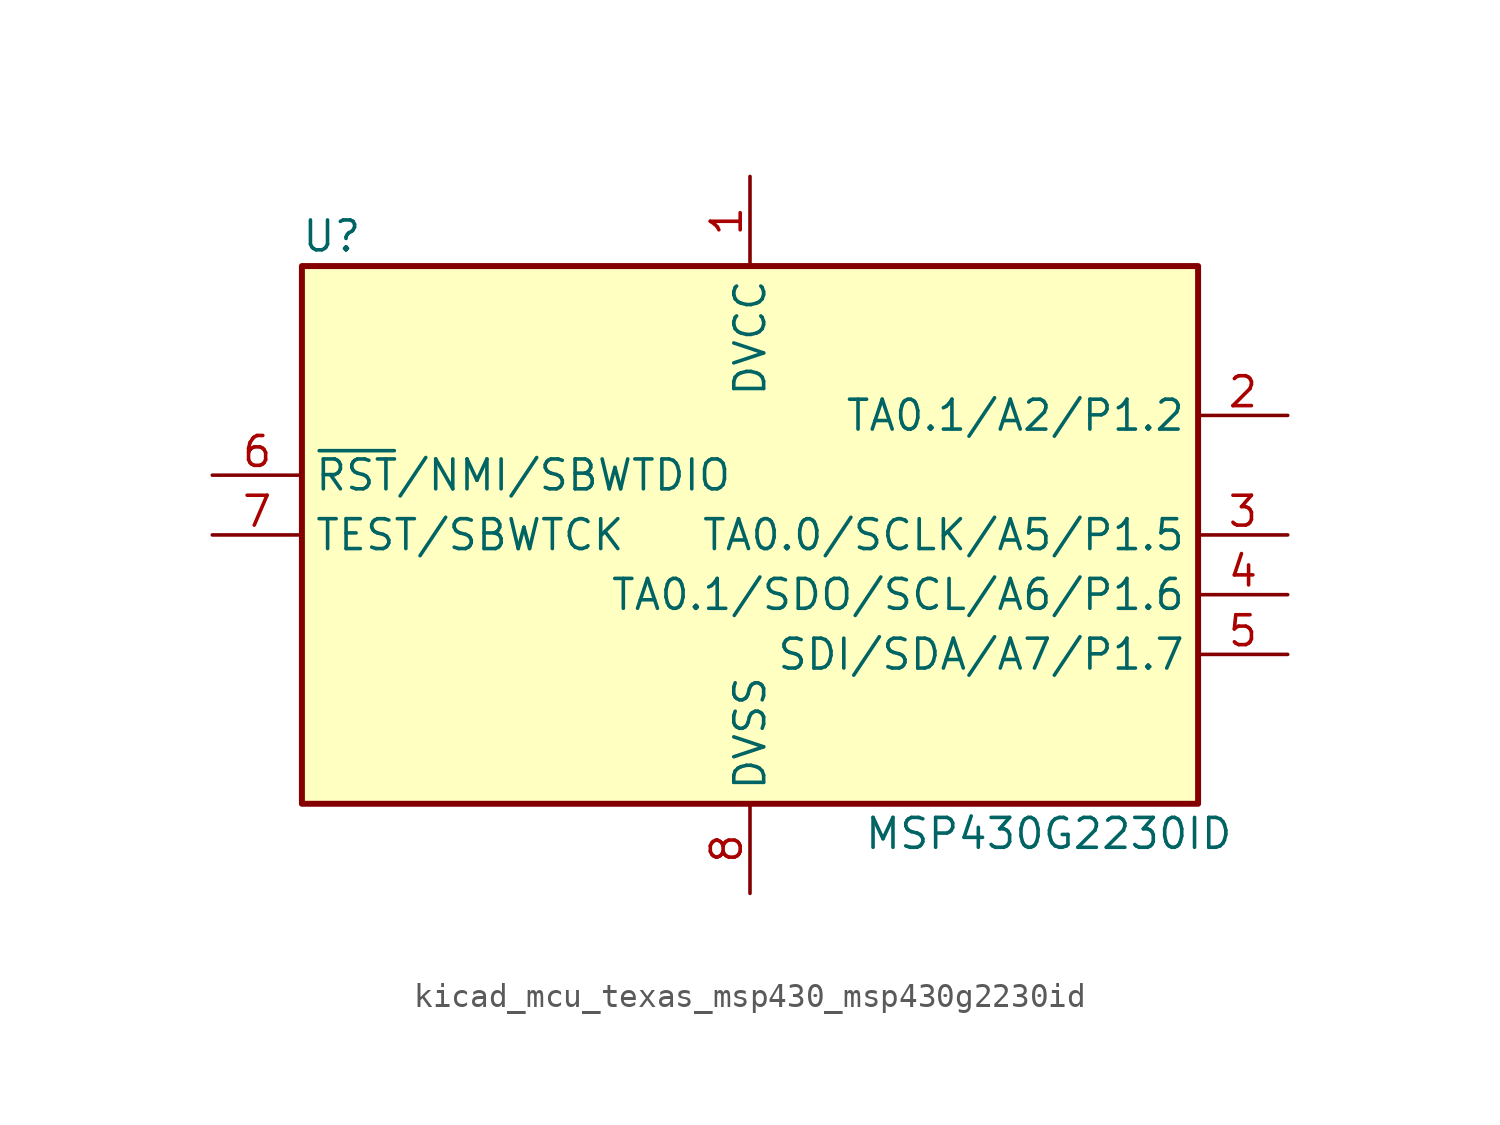
<source format=kicad_sym>
(kicad_symbol_lib
  (version 20220914)
  (generator kicad_symbol_editor)
  (symbol "kicad_mcu_texas_msp430_msp430g2230id"
    (property "Reference" "U"
      (at -17.78 12.7 0)
      (effects (font (size 1.27 1.27))))
    (property "Value" "MSP430G2230ID"
      (at 12.7 -12.7 0)
      (effects (font (size 1.27 1.27))))
    (symbol "kicad_mcu_texas_msp430_msp430g2230id_0_1"
      (rectangle (start -19.05 11.43) (end 19.05 -11.43) (stroke (width 0.254) (type default)) (fill (type background))))
    (symbol "kicad_mcu_texas_msp430_msp430g2230id_1_1"
      (pin power_in line (at 0 15.24 270) (length 3.81) (name "DVCC" (effects (font (size 1.27 1.27)))) (number "1" (effects (font (size 1.27 1.27)))))
      (pin bidirectional line (at 22.86 5.08 180) (length 3.81) (name "TA0.1/A2/P1.2" (effects (font (size 1.27 1.27)))) (number "2" (effects (font (size 1.27 1.27)))))
      (pin bidirectional line (at 22.86 0 180) (length 3.81) (name "TA0.0/SCLK/A5/P1.5" (effects (font (size 1.27 1.27)))) (number "3" (effects (font (size 1.27 1.27)))))
      (pin bidirectional line (at 22.86 -2.54 180) (length 3.81) (name "TA0.1/SDO/SCL/A6/P1.6" (effects (font (size 1.27 1.27)))) (number "4" (effects (font (size 1.27 1.27)))))
      (pin bidirectional line (at 22.86 -5.08 180) (length 3.81) (name "SDI/SDA/A7/P1.7" (effects (font (size 1.27 1.27)))) (number "5" (effects (font (size 1.27 1.27)))))
      (pin input line (at -22.86 2.54 0) (length 3.81) (name "~{RST}/NMI/SBWTDIO" (effects (font (size 1.27 1.27)))) (number "6" (effects (font (size 1.27 1.27)))))
      (pin input line (at -22.86 0 0) (length 3.81) (name "TEST/SBWTCK" (effects (font (size 1.27 1.27)))) (number "7" (effects (font (size 1.27 1.27)))))
      (pin power_in line (at 0 -15.24 90) (length 3.81) (name "DVSS" (effects (font (size 1.27 1.27)))) (number "8" (effects (font (size 1.27 1.27))))))))
</source>
